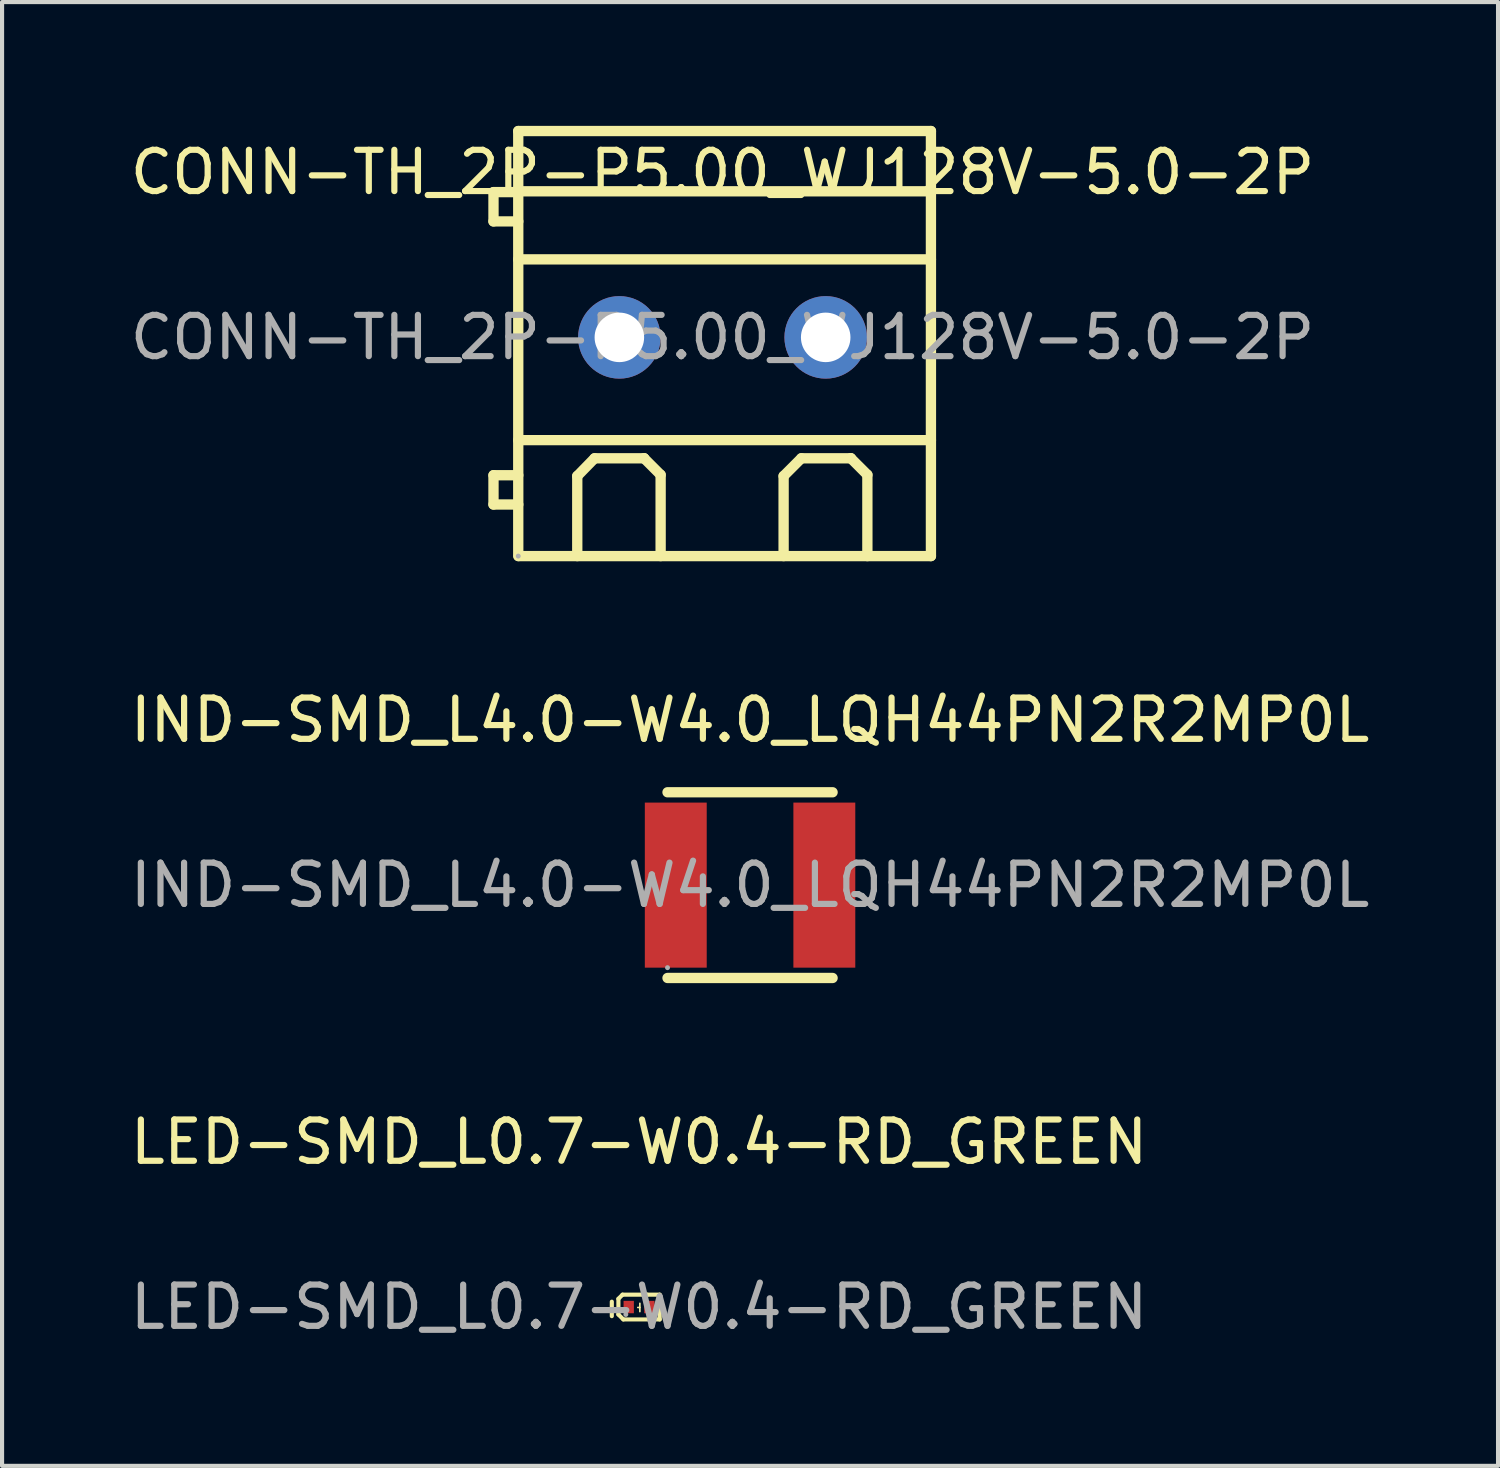
<source format=kicad_pcb>
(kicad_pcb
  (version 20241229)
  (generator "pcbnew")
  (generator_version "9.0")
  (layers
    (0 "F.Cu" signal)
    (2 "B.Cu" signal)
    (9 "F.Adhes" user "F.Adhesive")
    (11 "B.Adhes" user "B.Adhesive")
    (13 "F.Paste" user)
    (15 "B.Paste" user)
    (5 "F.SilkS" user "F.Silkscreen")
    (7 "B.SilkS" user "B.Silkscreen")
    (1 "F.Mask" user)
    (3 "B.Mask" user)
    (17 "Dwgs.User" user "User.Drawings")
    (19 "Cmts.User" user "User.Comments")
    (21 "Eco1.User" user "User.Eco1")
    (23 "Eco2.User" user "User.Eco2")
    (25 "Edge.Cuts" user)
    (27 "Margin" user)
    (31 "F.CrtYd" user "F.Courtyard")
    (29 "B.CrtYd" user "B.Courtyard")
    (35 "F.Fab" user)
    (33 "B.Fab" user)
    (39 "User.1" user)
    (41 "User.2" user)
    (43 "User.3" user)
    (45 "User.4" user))
  (footprint "LED-SMD_L0.7-W0.4-RD_GREEN"
    (layer "F.Cu")
    (at 12.435 28.622)
    (property "Reference" "LED-SMD_L0.7-W0.4-RD_GREEN" (at 0 -4 0) (layer "F.SilkS") (effects (font (size 1 1) (thickness 0.15))))
    (attr smd)
    (fp_line (start -0.66 -0.13) (end -0.66 0.22) (stroke (width 0.1) (type solid)) (layer "F.SilkS"))
    (fp_line (start -0.5 -0.2) (end -0.5 0.18) (stroke (width 0.1) (type solid)) (layer "F.SilkS"))
    (fp_line (start -0.5 0.18) (end -0.38 0.3) (stroke (width 0.1) (type solid)) (layer "F.SilkS"))
    (fp_line (start -0.4 -0.3) (end -0.5 -0.2) (stroke (width 0.1) (type solid)) (layer "F.SilkS"))
    (fp_line (start -0.38 0.3) (end 0.5 0.3) (stroke (width 0.1) (type solid)) (layer "F.SilkS"))
    (fp_line (start 0.02 -0.09) (end 0.02 0.11) (stroke (width 0.04) (type solid)) (layer "F.SilkS"))
    (fp_line (start 0.02 0.01) (end -0.03 0.01) (stroke (width 0.04) (type solid)) (layer "F.SilkS"))
    (fp_line (start 0.2 -0.3) (end -0.4 -0.3) (stroke (width 0.1) (type solid)) (layer "F.SilkS"))
    (fp_line (start 0.5 -0.3) (end 0.1 -0.3) (stroke (width 0.1) (type solid)) (layer "F.SilkS"))
    (fp_line (start 0.5 0.3) (end 0.5 -0.3) (stroke (width 0.1) (type solid)) (layer "F.SilkS"))
    (fp_circle (center -0.32 0.18) (end -0.29 0.18) (stroke (width 0.06) (type solid)) (fill no) (layer "F.Fab"))
    (fp_text user "${REFERENCE}" (at 0 0 0) (layer "F.Fab") (effects (font (size 1 1) (thickness 0.15))))
    (pad "1" smd rect (at -0.25 0) (size 0.25 0.3) (layers "F.Cu" "F.Mask" "F.Paste"))
    (pad "2" smd rect (at 0.25 0) (size 0.25 0.3) (layers "F.Cu" "F.Mask" "F.Paste")))
  (footprint "IND-SMD_L4.0-W4.0_LQH44PN2R2MP0L"
    (layer "F.Cu")
    (at 15.125 18.398)
    (property "Reference" "IND-SMD_L4.0-W4.0_LQH44PN2R2MP0L" (at 0 -4 0) (layer "F.SilkS") (effects (font (size 1 1) (thickness 0.15))))
    (attr smd)
    (fp_line (start -2 -2.25) (end 2 -2.25) (stroke (width 0.25) (type solid)) (layer "F.SilkS"))
    (fp_line (start -2 2.25) (end 2 2.25) (stroke (width 0.25) (type solid)) (layer "F.SilkS"))
    (fp_circle (center -2 2) (end -1.97 2) (stroke (width 0.06) (type solid)) (fill no) (layer "F.Fab"))
    (fp_text user "${REFERENCE}" (at 0 0 0) (layer "F.Fab") (effects (font (size 1 1) (thickness 0.15))))
    (pad "1" smd rect (at -1.8 0) (size 1.5 4) (layers "F.Cu" "F.Mask" "F.Paste"))
    (pad "2" smd rect (at 1.8 0) (size 1.5 4) (layers "F.Cu" "F.Mask" "F.Paste")))
  (footprint "CONN-TH_2P-P5.00_WJ128V-5.0-2P"
    (layer "F.Cu")
    (at 14.458 5.125)
    (property "Reference" "CONN-TH_2P-P5.00_WJ128V-5.0-2P" (at 0 -4 0) (layer "F.SilkS") (effects (font (size 1 1) (thickness 0.15))))
    (attr through_hole)
    (fp_line (start -5.55 -3.52) (end -5.55 -2.81) (stroke (width 0.25) (type solid)) (layer "F.SilkS"))
    (fp_line (start -5.55 -2.81) (end -4.95 -2.81) (stroke (width 0.25) (type solid)) (layer "F.SilkS"))
    (fp_line (start -5.55 3.34) (end -5.55 4.05) (stroke (width 0.25) (type solid)) (layer "F.SilkS"))
    (fp_line (start -5.55 4.05) (end -4.95 4.05) (stroke (width 0.25) (type solid)) (layer "F.SilkS"))
    (fp_line (start -4.95 -5) (end 5.05 -5) (stroke (width 0.25) (type solid)) (layer "F.SilkS"))
    (fp_line (start -4.95 -3.54) (end 5.05 -3.54) (stroke (width 0.25) (type solid)) (layer "F.SilkS"))
    (fp_line (start -4.95 -3.52) (end -5.55 -3.52) (stroke (width 0.25) (type solid)) (layer "F.SilkS"))
    (fp_line (start -4.95 -1.89) (end 5.05 -1.89) (stroke (width 0.25) (type solid)) (layer "F.SilkS"))
    (fp_line (start -4.95 2.49) (end 5.05 2.49) (stroke (width 0.25) (type solid)) (layer "F.SilkS"))
    (fp_line (start -4.95 3.34) (end -5.55 3.34) (stroke (width 0.25) (type solid)) (layer "F.SilkS"))
    (fp_line (start -4.95 5.3) (end -4.95 -5) (stroke (width 0.25) (type solid)) (layer "F.SilkS"))
    (fp_line (start -3.52 3.36) (end -3.1 2.93) (stroke (width 0.25) (type solid)) (layer "F.SilkS"))
    (fp_line (start -3.52 5.3) (end -3.52 3.36) (stroke (width 0.25) (type solid)) (layer "F.SilkS"))
    (fp_line (start -3.1 2.93) (end -1.9 2.93) (stroke (width 0.25) (type solid)) (layer "F.SilkS"))
    (fp_line (start -1.9 2.93) (end -1.9 2.93) (stroke (width 0.25) (type solid)) (layer "F.SilkS"))
    (fp_line (start -1.9 2.93) (end -1.5 3.33) (stroke (width 0.25) (type solid)) (layer "F.SilkS"))
    (fp_line (start -1.5 3.33) (end -1.5 5.3) (stroke (width 0.25) (type solid)) (layer "F.SilkS"))
    (fp_line (start 1.48 3.36) (end 1.91 2.93) (stroke (width 0.25) (type solid)) (layer "F.SilkS"))
    (fp_line (start 1.48 5.3) (end 1.48 3.36) (stroke (width 0.25) (type solid)) (layer "F.SilkS"))
    (fp_line (start 1.91 2.93) (end 3.11 2.93) (stroke (width 0.25) (type solid)) (layer "F.SilkS"))
    (fp_line (start 3.11 2.93) (end 3.11 2.93) (stroke (width 0.25) (type solid)) (layer "F.SilkS"))
    (fp_line (start 3.11 2.93) (end 3.51 3.33) (stroke (width 0.25) (type solid)) (layer "F.SilkS"))
    (fp_line (start 3.51 3.33) (end 3.51 5.3) (stroke (width 0.25) (type solid)) (layer "F.SilkS"))
    (fp_line (start 5.05 -5) (end 5.05 5.3) (stroke (width 0.25) (type solid)) (layer "F.SilkS"))
    (fp_line (start 5.05 5.3) (end -4.94 5.3) (stroke (width 0.25) (type solid)) (layer "F.SilkS"))
    (fp_circle (center -4.95 5.3) (end -4.92 5.3) (stroke (width 0.06) (type solid)) (fill no) (layer "F.Fab"))
    (fp_text user "${REFERENCE}" (at 0 0 0) (layer "F.Fab") (effects (font (size 1 1) (thickness 0.15))))
    (pad "1" thru_hole circle (at -2.5 0) (size 2 2) (drill 1.2) (layers "*.Cu" "*.Mask"))
    (pad "2" thru_hole circle (at 2.5 0) (size 2 2) (drill 1.2) (layers "*.Cu" "*.Mask")))
  (gr_rect
    (start -3 -3)
    (end 33.25 32.47)
    (stroke (width 0.1) (type default))
    (fill no)
    (layer "Edge.Cuts")))
</source>
